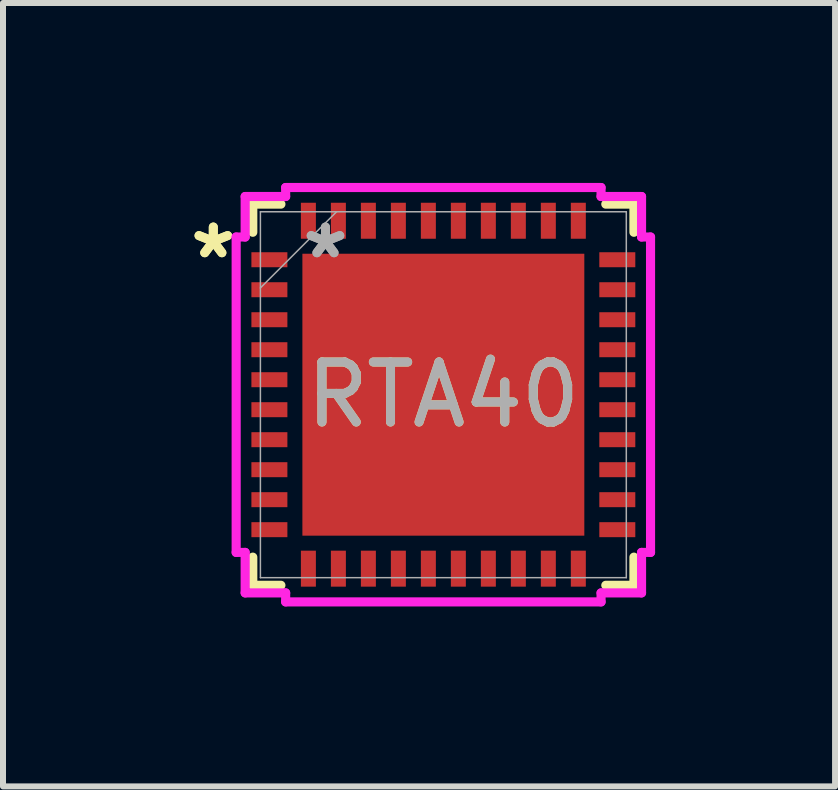
<source format=kicad_pcb>
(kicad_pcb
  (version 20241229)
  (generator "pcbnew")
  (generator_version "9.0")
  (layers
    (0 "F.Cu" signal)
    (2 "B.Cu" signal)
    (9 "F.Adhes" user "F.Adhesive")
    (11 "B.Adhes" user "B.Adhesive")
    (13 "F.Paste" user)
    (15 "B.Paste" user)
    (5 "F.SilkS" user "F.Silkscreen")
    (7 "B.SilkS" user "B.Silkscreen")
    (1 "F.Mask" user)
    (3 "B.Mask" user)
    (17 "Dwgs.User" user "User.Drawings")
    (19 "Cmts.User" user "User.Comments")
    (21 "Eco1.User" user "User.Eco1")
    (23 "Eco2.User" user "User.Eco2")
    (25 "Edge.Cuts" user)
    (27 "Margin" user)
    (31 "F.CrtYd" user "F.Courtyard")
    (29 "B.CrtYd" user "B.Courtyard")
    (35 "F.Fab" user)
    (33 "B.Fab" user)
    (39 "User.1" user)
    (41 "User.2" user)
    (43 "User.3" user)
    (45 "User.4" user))
  (footprint "RTA40"
    (layer "F.Cu")
    (at 4.341 3.53)
    (property "Reference" "RTA40" (at 0 0 0) (unlocked yes) (layer "F.SilkS") (effects (font (size 1 1) (thickness 0.15))))
    (attr smd)
    (fp_line (start -3.177 -3.177) (end -3.177 -2.708) (stroke (width 0.152) (type solid)) (layer "F.SilkS"))
    (fp_line (start -3.177 2.708) (end -3.177 3.177) (stroke (width 0.152) (type solid)) (layer "F.SilkS"))
    (fp_line (start -3.177 3.177) (end -2.708 3.177) (stroke (width 0.152) (type solid)) (layer "F.SilkS"))
    (fp_line (start -2.708 -3.177) (end -3.177 -3.177) (stroke (width 0.152) (type solid)) (layer "F.SilkS"))
    (fp_line (start 2.708 3.177) (end 3.177 3.177) (stroke (width 0.152) (type solid)) (layer "F.SilkS"))
    (fp_line (start 3.177 -3.177) (end 2.708 -3.177) (stroke (width 0.152) (type solid)) (layer "F.SilkS"))
    (fp_line (start 3.177 -2.708) (end 3.177 -3.177) (stroke (width 0.152) (type solid)) (layer "F.SilkS"))
    (fp_line (start 3.177 3.177) (end 3.177 2.708) (stroke (width 0.152) (type solid)) (layer "F.SilkS"))
    (fp_poly (pts (xy -2.25 -2.25) (xy -2.25 -0.883) (xy -0.883 -0.883) (xy -0.883 -2.25)) (stroke (width 0) (type solid)) (fill yes) (layer "F.Paste"))
    (fp_poly (pts (xy -2.25 -0.683) (xy -2.25 0.683) (xy -0.883 0.683) (xy -0.883 -0.683)) (stroke (width 0) (type solid)) (fill yes) (layer "F.Paste"))
    (fp_poly (pts (xy -2.25 0.883) (xy -2.25 2.25) (xy -0.883 2.25) (xy -0.883 0.883)) (stroke (width 0) (type solid)) (fill yes) (layer "F.Paste"))
    (fp_poly (pts (xy -0.683 -2.25) (xy -0.683 -0.883) (xy 0.683 -0.883) (xy 0.683 -2.25)) (stroke (width 0) (type solid)) (fill yes) (layer "F.Paste"))
    (fp_poly (pts (xy -0.683 -0.683) (xy -0.683 0.683) (xy 0.683 0.683) (xy 0.683 -0.683)) (stroke (width 0) (type solid)) (fill yes) (layer "F.Paste"))
    (fp_poly (pts (xy -0.683 0.883) (xy -0.683 2.25) (xy 0.683 2.25) (xy 0.683 0.883)) (stroke (width 0) (type solid)) (fill yes) (layer "F.Paste"))
    (fp_poly (pts (xy 0.883 -2.25) (xy 0.883 -0.883) (xy 2.25 -0.883) (xy 2.25 -2.25)) (stroke (width 0) (type solid)) (fill yes) (layer "F.Paste"))
    (fp_poly (pts (xy 0.883 -0.683) (xy 0.883 0.683) (xy 2.25 0.683) (xy 2.25 -0.683)) (stroke (width 0) (type solid)) (fill yes) (layer "F.Paste"))
    (fp_poly (pts (xy 0.883 0.883) (xy 0.883 2.25) (xy 2.25 2.25) (xy 2.25 0.883)) (stroke (width 0) (type solid)) (fill yes) (layer "F.Paste"))
    (fp_line (start -3.454 -2.629) (end -3.304 -2.629) (stroke (width 0.152) (type solid)) (layer "F.CrtYd"))
    (fp_line (start -3.454 2.629) (end -3.454 -2.629) (stroke (width 0.152) (type solid)) (layer "F.CrtYd"))
    (fp_line (start -3.304 -3.304) (end -2.629 -3.304) (stroke (width 0.152) (type solid)) (layer "F.CrtYd"))
    (fp_line (start -3.304 -2.629) (end -3.304 -3.304) (stroke (width 0.152) (type solid)) (layer "F.CrtYd"))
    (fp_line (start -3.304 2.629) (end -3.454 2.629) (stroke (width 0.152) (type solid)) (layer "F.CrtYd"))
    (fp_line (start -3.304 3.304) (end -3.304 2.629) (stroke (width 0.152) (type solid)) (layer "F.CrtYd"))
    (fp_line (start -2.629 -3.454) (end 2.629 -3.454) (stroke (width 0.152) (type solid)) (layer "F.CrtYd"))
    (fp_line (start -2.629 -3.304) (end -2.629 -3.454) (stroke (width 0.152) (type solid)) (layer "F.CrtYd"))
    (fp_line (start -2.629 3.304) (end -3.304 3.304) (stroke (width 0.152) (type solid)) (layer "F.CrtYd"))
    (fp_line (start -2.629 3.454) (end -2.629 3.304) (stroke (width 0.152) (type solid)) (layer "F.CrtYd"))
    (fp_line (start 2.629 -3.454) (end 2.629 -3.304) (stroke (width 0.152) (type solid)) (layer "F.CrtYd"))
    (fp_line (start 2.629 -3.304) (end 3.304 -3.304) (stroke (width 0.152) (type solid)) (layer "F.CrtYd"))
    (fp_line (start 2.629 3.304) (end 2.629 3.454) (stroke (width 0.152) (type solid)) (layer "F.CrtYd"))
    (fp_line (start 2.629 3.454) (end -2.629 3.454) (stroke (width 0.152) (type solid)) (layer "F.CrtYd"))
    (fp_line (start 3.304 -3.304) (end 3.304 -2.629) (stroke (width 0.152) (type solid)) (layer "F.CrtYd"))
    (fp_line (start 3.304 -2.629) (end 3.454 -2.629) (stroke (width 0.152) (type solid)) (layer "F.CrtYd"))
    (fp_line (start 3.304 2.629) (end 3.304 3.304) (stroke (width 0.152) (type solid)) (layer "F.CrtYd"))
    (fp_line (start 3.304 3.304) (end 2.629 3.304) (stroke (width 0.152) (type solid)) (layer "F.CrtYd"))
    (fp_line (start 3.454 -2.629) (end 3.454 2.629) (stroke (width 0.152) (type solid)) (layer "F.CrtYd"))
    (fp_line (start 3.454 2.629) (end 3.304 2.629) (stroke (width 0.152) (type solid)) (layer "F.CrtYd"))
    (fp_line (start -3.05 -3.05) (end -3.05 3.05) (stroke (width 0.025) (type solid)) (layer "F.Fab"))
    (fp_line (start -3.05 -1.78) (end -1.78 -3.05) (stroke (width 0.025) (type solid)) (layer "F.Fab"))
    (fp_line (start -3.05 3.05) (end 3.05 3.05) (stroke (width 0.025) (type solid)) (layer "F.Fab"))
    (fp_line (start 3.05 -3.05) (end -3.05 -3.05) (stroke (width 0.025) (type solid)) (layer "F.Fab"))
    (fp_line (start 3.05 3.05) (end 3.05 -3.05) (stroke (width 0.025) (type solid)) (layer "F.Fab"))
    (fp_text user "*" (at -3.835 -2.25 0) (layer "F.SilkS") (effects (font (size 1 1) (thickness 0.15))))
    (fp_text user "*" (at -3.835 -2.25 0) (unlocked yes) (layer "F.SilkS") (effects (font (size 1 1) (thickness 0.15))))
    (fp_text user "${REFERENCE}" (at 0 0 0) (unlocked yes) (layer "F.Fab") (effects (font (size 1 1) (thickness 0.15))))
    (fp_text user "*" (at -1.965 -2.25 0) (unlocked yes) (layer "F.Fab") (effects (font (size 1 1) (thickness 0.15))))
    (fp_text user "*" (at -1.965 -2.25 0) (layer "F.Fab") (effects (font (size 1 1) (thickness 0.15))))
    (pad "1" smd rect (at -2.9 -2.25) (size 0.6 0.25) (layers "F.Cu" "F.Mask" "F.Paste"))
    (pad "2" smd rect (at -2.9 -1.75) (size 0.6 0.25) (layers "F.Cu" "F.Mask" "F.Paste"))
    (pad "3" smd rect (at -2.9 -1.25) (size 0.6 0.25) (layers "F.Cu" "F.Mask" "F.Paste"))
    (pad "4" smd rect (at -2.9 -0.75) (size 0.6 0.25) (layers "F.Cu" "F.Mask" "F.Paste"))
    (pad "5" smd rect (at -2.9 -0.25) (size 0.6 0.25) (layers "F.Cu" "F.Mask" "F.Paste"))
    (pad "6" smd rect (at -2.9 0.25) (size 0.6 0.25) (layers "F.Cu" "F.Mask" "F.Paste"))
    (pad "7" smd rect (at -2.9 0.75) (size 0.6 0.25) (layers "F.Cu" "F.Mask" "F.Paste"))
    (pad "8" smd rect (at -2.9 1.25) (size 0.6 0.25) (layers "F.Cu" "F.Mask" "F.Paste"))
    (pad "9" smd rect (at -2.9 1.75) (size 0.6 0.25) (layers "F.Cu" "F.Mask" "F.Paste"))
    (pad "10" smd rect (at -2.9 2.25) (size 0.6 0.25) (layers "F.Cu" "F.Mask" "F.Paste"))
    (pad "11" smd rect (at -2.25 2.9 90) (size 0.6 0.25) (layers "F.Cu" "F.Mask" "F.Paste"))
    (pad "12" smd rect (at -1.75 2.9 90) (size 0.6 0.25) (layers "F.Cu" "F.Mask" "F.Paste"))
    (pad "13" smd rect (at -1.25 2.9 90) (size 0.6 0.25) (layers "F.Cu" "F.Mask" "F.Paste"))
    (pad "14" smd rect (at -0.75 2.9 90) (size 0.6 0.25) (layers "F.Cu" "F.Mask" "F.Paste"))
    (pad "15" smd rect (at -0.25 2.9 90) (size 0.6 0.25) (layers "F.Cu" "F.Mask" "F.Paste"))
    (pad "16" smd rect (at 0.25 2.9 90) (size 0.6 0.25) (layers "F.Cu" "F.Mask" "F.Paste"))
    (pad "17" smd rect (at 0.75 2.9 90) (size 0.6 0.25) (layers "F.Cu" "F.Mask" "F.Paste"))
    (pad "18" smd rect (at 1.25 2.9 90) (size 0.6 0.25) (layers "F.Cu" "F.Mask" "F.Paste"))
    (pad "19" smd rect (at 1.75 2.9 90) (size 0.6 0.25) (layers "F.Cu" "F.Mask" "F.Paste"))
    (pad "20" smd rect (at 2.25 2.9 90) (size 0.6 0.25) (layers "F.Cu" "F.Mask" "F.Paste"))
    (pad "21" smd rect (at 2.9 2.25) (size 0.6 0.25) (layers "F.Cu" "F.Mask" "F.Paste"))
    (pad "22" smd rect (at 2.9 1.75) (size 0.6 0.25) (layers "F.Cu" "F.Mask" "F.Paste"))
    (pad "23" smd rect (at 2.9 1.25) (size 0.6 0.25) (layers "F.Cu" "F.Mask" "F.Paste"))
    (pad "24" smd rect (at 2.9 0.75) (size 0.6 0.25) (layers "F.Cu" "F.Mask" "F.Paste"))
    (pad "25" smd rect (at 2.9 0.25) (size 0.6 0.25) (layers "F.Cu" "F.Mask" "F.Paste"))
    (pad "26" smd rect (at 2.9 -0.25) (size 0.6 0.25) (layers "F.Cu" "F.Mask" "F.Paste"))
    (pad "27" smd rect (at 2.9 -0.75) (size 0.6 0.25) (layers "F.Cu" "F.Mask" "F.Paste"))
    (pad "28" smd rect (at 2.9 -1.25) (size 0.6 0.25) (layers "F.Cu" "F.Mask" "F.Paste"))
    (pad "29" smd rect (at 2.9 -1.75) (size 0.6 0.25) (layers "F.Cu" "F.Mask" "F.Paste"))
    (pad "30" smd rect (at 2.9 -2.25) (size 0.6 0.25) (layers "F.Cu" "F.Mask" "F.Paste"))
    (pad "31" smd rect (at 2.25 -2.9 90) (size 0.6 0.25) (layers "F.Cu" "F.Mask" "F.Paste"))
    (pad "32" smd rect (at 1.75 -2.9 90) (size 0.6 0.25) (layers "F.Cu" "F.Mask" "F.Paste"))
    (pad "33" smd rect (at 1.25 -2.9 90) (size 0.6 0.25) (layers "F.Cu" "F.Mask" "F.Paste"))
    (pad "34" smd rect (at 0.75 -2.9 90) (size 0.6 0.25) (layers "F.Cu" "F.Mask" "F.Paste"))
    (pad "35" smd rect (at 0.25 -2.9 90) (size 0.6 0.25) (layers "F.Cu" "F.Mask" "F.Paste"))
    (pad "36" smd rect (at -0.25 -2.9 90) (size 0.6 0.25) (layers "F.Cu" "F.Mask" "F.Paste"))
    (pad "37" smd rect (at -0.75 -2.9 90) (size 0.6 0.25) (layers "F.Cu" "F.Mask" "F.Paste"))
    (pad "38" smd rect (at -1.25 -2.9 90) (size 0.6 0.25) (layers "F.Cu" "F.Mask" "F.Paste"))
    (pad "39" smd rect (at -1.75 -2.9 90) (size 0.6 0.25) (layers "F.Cu" "F.Mask" "F.Paste"))
    (pad "40" smd rect (at -2.25 -2.9 90) (size 0.6 0.25) (layers "F.Cu" "F.Mask" "F.Paste"))
    (pad "41" smd rect (at 0 0) (size 4.7 4.7) (layers "F.Cu" "F.Mask")))
  (gr_rect
    (start -3 -3)
    (end 10.871 10.06)
    (stroke (width 0.1) (type default))
    (fill no)
    (layer "Edge.Cuts")))
</source>
